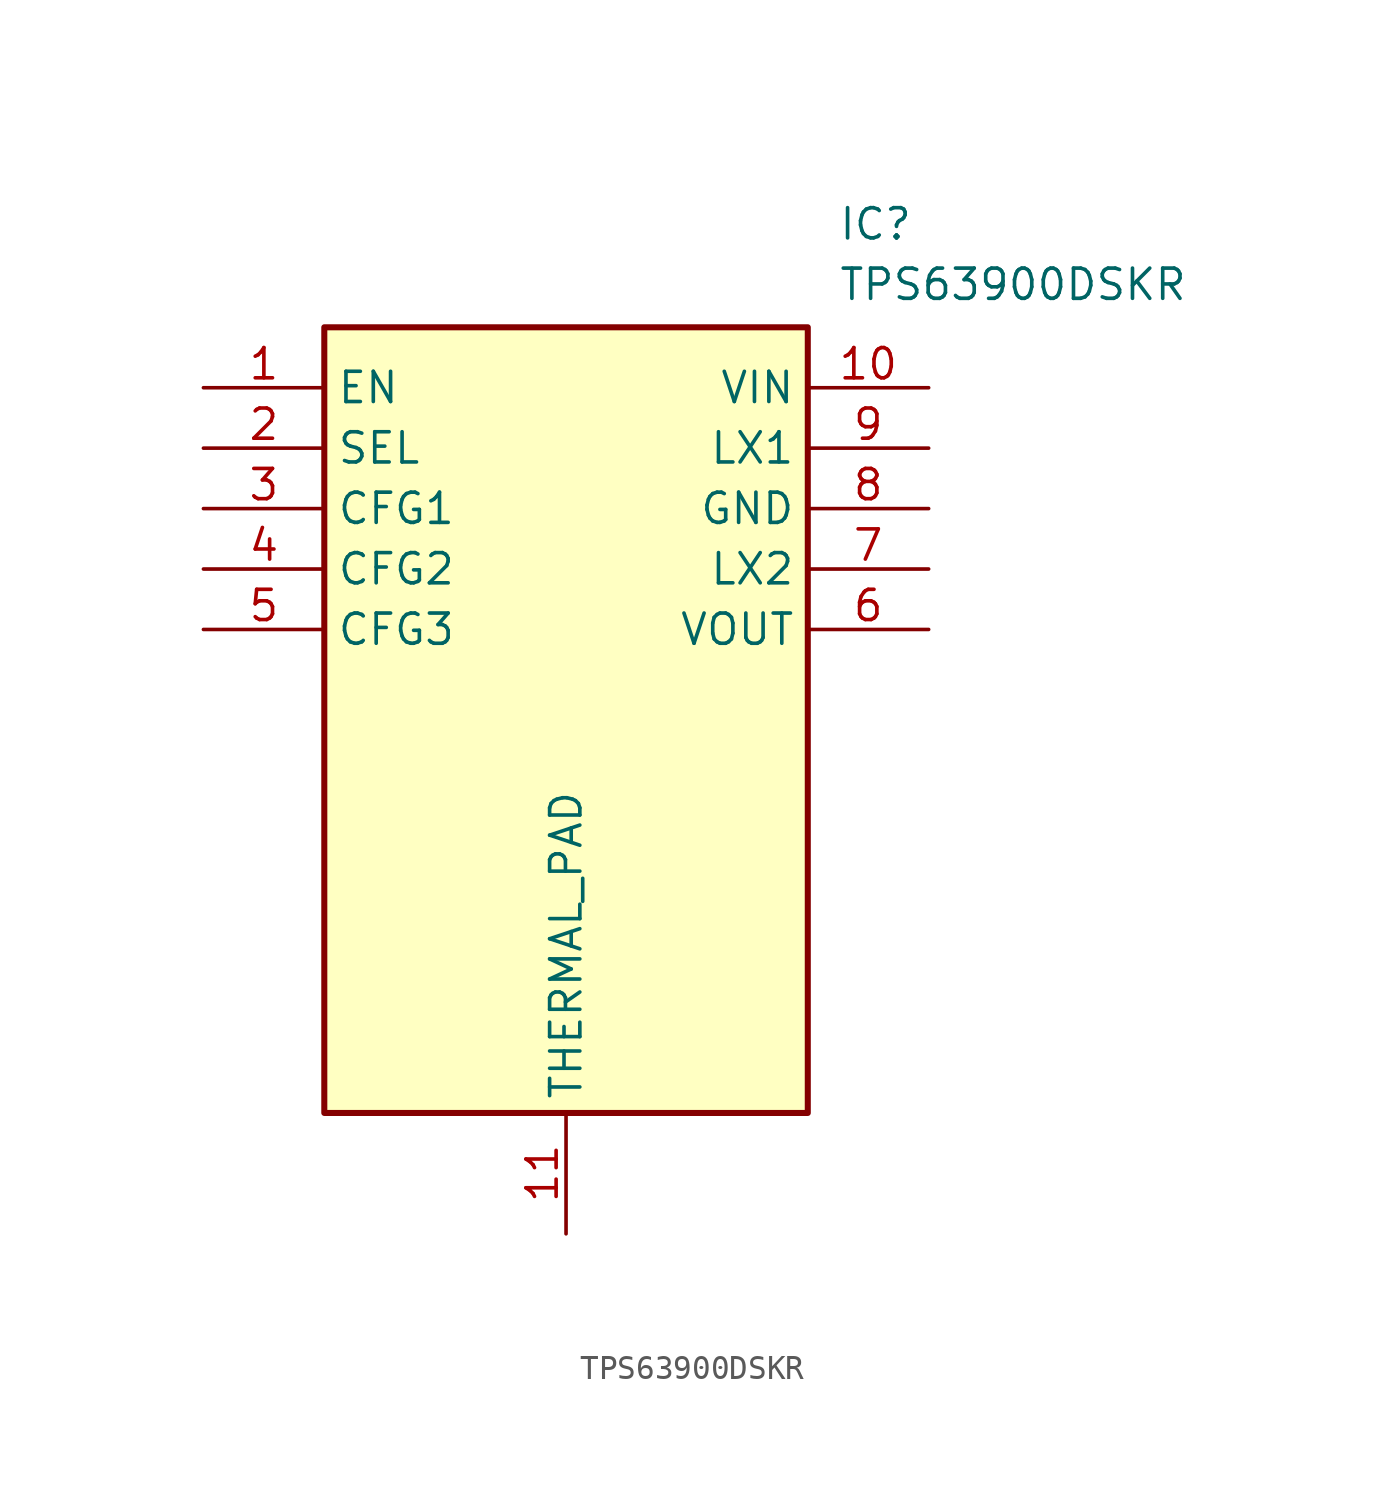
<source format=kicad_sym>
(kicad_symbol_lib
  (version 20211014)
  (generator SamacSys_ECAD_Model)
  (symbol "TPS63900DSKR"
    (property "Reference" "IC"
      (at 26.67 7.62 0)
      (effects (font (size 1.27 1.27)) (justify left top)))
    (property "Value" "TPS63900DSKR"
      (at 26.67 5.08 0)
      (effects (font (size 1.27 1.27)) (justify left top)))
    (rectangle
      (start 5.08 2.54)
      (end 25.4 -30.48)
      (stroke (width 0.254) (type default))
      (fill (type background)))
    (pin input line
      (at 0 0 0)
      (length 5.08)
      (name "EN" (effects (font (size 1.27 1.27))))
      (number "1" (effects (font (size 1.27 1.27)))))
    (pin input line
      (at 0 -2.54 0)
      (length 5.08)
      (name "SEL" (effects (font (size 1.27 1.27))))
      (number "2" (effects (font (size 1.27 1.27)))))
    (pin input line
      (at 0 -5.08 0)
      (length 5.08)
      (name "CFG1" (effects (font (size 1.27 1.27))))
      (number "3" (effects (font (size 1.27 1.27)))))
    (pin input line
      (at 0 -7.62 0)
      (length 5.08)
      (name "CFG2" (effects (font (size 1.27 1.27))))
      (number "4" (effects (font (size 1.27 1.27)))))
    (pin input line
      (at 0 -10.16 0)
      (length 5.08)
      (name "CFG3" (effects (font (size 1.27 1.27))))
      (number "5" (effects (font (size 1.27 1.27)))))
    (pin power_in line
      (at 15.24 -35.56 90)
      (length 5.08)
      (name "THERMAL_PAD" (effects (font (size 1.27 1.27))))
      (number "11" (effects (font (size 1.27 1.27)))))
    (pin power_in line
      (at 30.48 0 180)
      (length 5.08)
      (name "VIN" (effects (font (size 1.27 1.27))))
      (number "10" (effects (font (size 1.27 1.27)))))
    (pin power_in line
      (at 30.48 -2.54 180)
      (length 5.08)
      (name "LX1" (effects (font (size 1.27 1.27))))
      (number "9" (effects (font (size 1.27 1.27)))))
    (pin power_in line
      (at 30.48 -5.08 180)
      (length 5.08)
      (name "GND" (effects (font (size 1.27 1.27))))
      (number "8" (effects (font (size 1.27 1.27)))))
    (pin power_in line
      (at 30.48 -7.62 180)
      (length 5.08)
      (name "LX2" (effects (font (size 1.27 1.27))))
      (number "7" (effects (font (size 1.27 1.27)))))
    (pin power_in line
      (at 30.48 -10.16 180)
      (length 5.08)
      (name "VOUT" (effects (font (size 1.27 1.27))))
      (number "6" (effects (font (size 1.27 1.27)))))))
</source>
